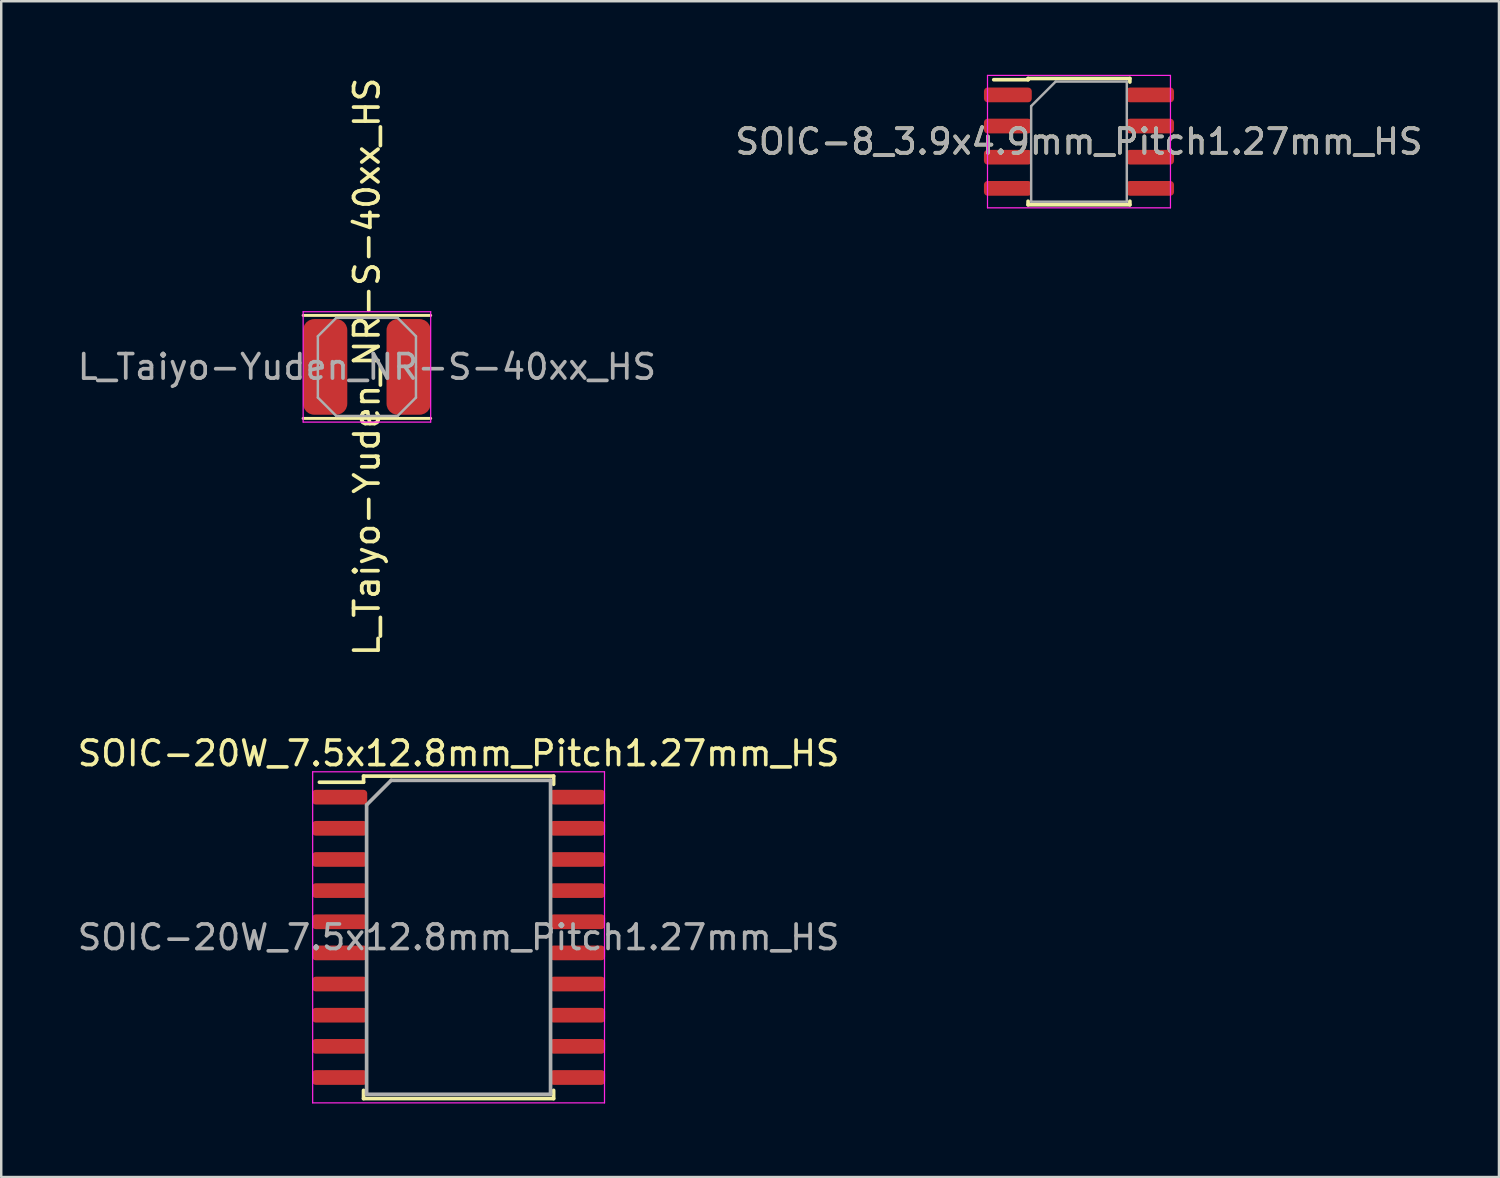
<source format=kicad_pcb>
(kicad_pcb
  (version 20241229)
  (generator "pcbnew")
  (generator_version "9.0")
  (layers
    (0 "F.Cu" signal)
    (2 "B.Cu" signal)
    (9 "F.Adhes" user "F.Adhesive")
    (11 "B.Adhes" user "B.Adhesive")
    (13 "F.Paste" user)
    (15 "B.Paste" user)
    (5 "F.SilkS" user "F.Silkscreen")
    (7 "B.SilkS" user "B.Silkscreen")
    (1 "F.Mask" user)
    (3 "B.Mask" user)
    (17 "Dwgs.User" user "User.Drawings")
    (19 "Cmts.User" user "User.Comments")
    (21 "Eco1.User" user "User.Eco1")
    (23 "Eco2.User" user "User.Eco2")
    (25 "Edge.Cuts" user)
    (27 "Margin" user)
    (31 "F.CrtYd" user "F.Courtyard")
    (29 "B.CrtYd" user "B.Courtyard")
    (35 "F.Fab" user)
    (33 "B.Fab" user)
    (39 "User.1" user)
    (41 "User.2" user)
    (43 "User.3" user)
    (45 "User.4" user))
  (footprint "SOIC-20W_7.5x12.8mm_Pitch1.27mm_HS"
    (layer "F.Cu")
    (at 15.649 35.17)
    (property "Reference" "SOIC-20W_7.5x12.8mm_Pitch1.27mm_HS" (at 0 -7.5 0) (layer "F.SilkS") (effects (font (size 1 1) (thickness 0.15))))
    (attr smd)
    (fp_line (start -3.875 -6.575) (end -3.875 -6.325) (stroke (width 0.15) (type solid)) (layer "F.SilkS"))
    (fp_line (start -3.875 -6.575) (end 3.875 -6.575) (stroke (width 0.15) (type solid)) (layer "F.SilkS"))
    (fp_line (start -3.875 -6.325) (end -5.675 -6.325) (stroke (width 0.15) (type solid)) (layer "F.SilkS"))
    (fp_line (start -3.875 6.575) (end -3.875 6.24) (stroke (width 0.15) (type solid)) (layer "F.SilkS"))
    (fp_line (start -3.875 6.575) (end 3.875 6.575) (stroke (width 0.15) (type solid)) (layer "F.SilkS"))
    (fp_line (start 3.875 -6.575) (end 3.875 -6.24) (stroke (width 0.15) (type solid)) (layer "F.SilkS"))
    (fp_line (start 3.875 6.575) (end 3.875 6.24) (stroke (width 0.15) (type solid)) (layer "F.SilkS"))
    (fp_line (start -5.95 -6.75) (end -5.95 6.75) (stroke (width 0.05) (type solid)) (layer "F.CrtYd"))
    (fp_line (start -5.95 -6.75) (end 5.95 -6.75) (stroke (width 0.05) (type solid)) (layer "F.CrtYd"))
    (fp_line (start -5.95 6.75) (end 5.95 6.75) (stroke (width 0.05) (type solid)) (layer "F.CrtYd"))
    (fp_line (start 5.95 -6.75) (end 5.95 6.75) (stroke (width 0.05) (type solid)) (layer "F.CrtYd"))
    (fp_line (start -3.75 -5.4) (end -2.75 -6.4) (stroke (width 0.15) (type solid)) (layer "F.Fab"))
    (fp_line (start -3.75 6.4) (end -3.75 -5.4) (stroke (width 0.15) (type solid)) (layer "F.Fab"))
    (fp_line (start -2.75 -6.4) (end 3.75 -6.4) (stroke (width 0.15) (type solid)) (layer "F.Fab"))
    (fp_line (start 3.75 -6.4) (end 3.75 6.4) (stroke (width 0.15) (type solid)) (layer "F.Fab"))
    (fp_line (start 3.75 6.4) (end -3.75 6.4) (stroke (width 0.15) (type solid)) (layer "F.Fab"))
    (fp_text user "${REFERENCE}" (at 0 0 0) (layer "F.Fab") (effects (font (size 1 1) (thickness 0.15))))
    (pad "1" smd roundrect (at -4.85 -5.715) (size 2.25 0.6) (layers "F.Cu" "F.Mask" "F.Paste") (roundrect_rratio 0.25))
    (pad "2" smd roundrect (at -4.85 -4.445) (size 2.25 0.6) (layers "F.Cu" "F.Mask" "F.Paste") (roundrect_rratio 0.25))
    (pad "3" smd roundrect (at -4.85 -3.175) (size 2.25 0.6) (layers "F.Cu" "F.Mask" "F.Paste") (roundrect_rratio 0.25))
    (pad "4" smd roundrect (at -4.85 -1.905) (size 2.25 0.6) (layers "F.Cu" "F.Mask" "F.Paste") (roundrect_rratio 0.25))
    (pad "5" smd roundrect (at -4.85 -0.635) (size 2.25 0.6) (layers "F.Cu" "F.Mask" "F.Paste") (roundrect_rratio 0.25))
    (pad "6" smd roundrect (at -4.85 0.635) (size 2.25 0.6) (layers "F.Cu" "F.Mask" "F.Paste") (roundrect_rratio 0.25))
    (pad "7" smd roundrect (at -4.85 1.905) (size 2.25 0.6) (layers "F.Cu" "F.Mask" "F.Paste") (roundrect_rratio 0.25))
    (pad "8" smd roundrect (at -4.85 3.175) (size 2.25 0.6) (layers "F.Cu" "F.Mask" "F.Paste") (roundrect_rratio 0.25))
    (pad "9" smd roundrect (at -4.85 4.445) (size 2.25 0.6) (layers "F.Cu" "F.Mask" "F.Paste") (roundrect_rratio 0.25))
    (pad "10" smd roundrect (at -4.85 5.715) (size 2.25 0.6) (layers "F.Cu" "F.Mask" "F.Paste") (roundrect_rratio 0.25))
    (pad "11" smd roundrect (at 4.85 5.715) (size 2.25 0.6) (layers "F.Cu" "F.Mask" "F.Paste") (roundrect_rratio 0.25))
    (pad "12" smd roundrect (at 4.85 4.445) (size 2.25 0.6) (layers "F.Cu" "F.Mask" "F.Paste") (roundrect_rratio 0.25))
    (pad "13" smd roundrect (at 4.85 3.175) (size 2.25 0.6) (layers "F.Cu" "F.Mask" "F.Paste") (roundrect_rratio 0.25))
    (pad "14" smd roundrect (at 4.85 1.905) (size 2.25 0.6) (layers "F.Cu" "F.Mask" "F.Paste") (roundrect_rratio 0.25))
    (pad "15" smd roundrect (at 4.85 0.635) (size 2.25 0.6) (layers "F.Cu" "F.Mask" "F.Paste") (roundrect_rratio 0.25))
    (pad "16" smd roundrect (at 4.85 -0.635) (size 2.25 0.6) (layers "F.Cu" "F.Mask" "F.Paste") (roundrect_rratio 0.25))
    (pad "17" smd roundrect (at 4.85 -1.905) (size 2.25 0.6) (layers "F.Cu" "F.Mask" "F.Paste") (roundrect_rratio 0.25))
    (pad "18" smd roundrect (at 4.85 -3.175) (size 2.25 0.6) (layers "F.Cu" "F.Mask" "F.Paste") (roundrect_rratio 0.25))
    (pad "19" smd roundrect (at 4.85 -4.445) (size 2.25 0.6) (layers "F.Cu" "F.Mask" "F.Paste") (roundrect_rratio 0.25))
    (pad "20" smd roundrect (at 4.85 -5.715) (size 2.25 0.6) (layers "F.Cu" "F.Mask" "F.Paste") (roundrect_rratio 0.25)))
  (footprint "SOIC-8_3.9x4.9mm_Pitch1.27mm_HS"
    (layer "F.Cu")
    (at 40.946 2.725)
    (property "Reference" "SOIC-8_3.9x4.9mm_Pitch1.27mm_HS" (at 0 0 180) (layer "F.SilkS") (effects (font (size 1 1) (thickness 0.15))))
    (attr smd)
    (fp_line (start -2.075 -2.575) (end -2.075 -2.525) (stroke (width 0.15) (type solid)) (layer "F.SilkS"))
    (fp_line (start -2.075 -2.575) (end 2.075 -2.575) (stroke (width 0.15) (type solid)) (layer "F.SilkS"))
    (fp_line (start -2.075 -2.525) (end -3.475 -2.525) (stroke (width 0.15) (type solid)) (layer "F.SilkS"))
    (fp_line (start -2.075 2.575) (end -2.075 2.43) (stroke (width 0.15) (type solid)) (layer "F.SilkS"))
    (fp_line (start -2.075 2.575) (end 2.075 2.575) (stroke (width 0.15) (type solid)) (layer "F.SilkS"))
    (fp_line (start 2.075 -2.575) (end 2.075 -2.43) (stroke (width 0.15) (type solid)) (layer "F.SilkS"))
    (fp_line (start 2.075 2.575) (end 2.075 2.43) (stroke (width 0.15) (type solid)) (layer "F.SilkS"))
    (fp_line (start -3.73 -2.7) (end -3.73 2.7) (stroke (width 0.05) (type solid)) (layer "F.CrtYd"))
    (fp_line (start -3.73 -2.7) (end 3.73 -2.7) (stroke (width 0.05) (type solid)) (layer "F.CrtYd"))
    (fp_line (start -3.73 2.7) (end 3.73 2.7) (stroke (width 0.05) (type solid)) (layer "F.CrtYd"))
    (fp_line (start 3.73 -2.7) (end 3.73 2.7) (stroke (width 0.05) (type solid)) (layer "F.CrtYd"))
    (fp_line (start -1.95 -1.45) (end -0.95 -2.45) (stroke (width 0.1) (type solid)) (layer "F.Fab"))
    (fp_line (start -1.95 2.45) (end -1.95 -1.45) (stroke (width 0.1) (type solid)) (layer "F.Fab"))
    (fp_line (start -0.95 -2.45) (end 1.95 -2.45) (stroke (width 0.1) (type solid)) (layer "F.Fab"))
    (fp_line (start 1.95 -2.45) (end 1.95 2.45) (stroke (width 0.1) (type solid)) (layer "F.Fab"))
    (fp_line (start 1.95 2.45) (end -1.95 2.45) (stroke (width 0.1) (type solid)) (layer "F.Fab"))
    (fp_text user "${REFERENCE}" (at 0 0 0) (layer "F.Fab") (effects (font (size 1 1) (thickness 0.15))))
    (pad "1" smd roundrect (at -2.9 -1.905) (size 1.95 0.6) (layers "F.Cu" "F.Mask" "F.Paste") (roundrect_rratio 0.25))
    (pad "2" smd roundrect (at -2.9 -0.635) (size 1.95 0.6) (layers "F.Cu" "F.Mask" "F.Paste") (roundrect_rratio 0.25))
    (pad "3" smd roundrect (at -2.9 0.635) (size 1.95 0.6) (layers "F.Cu" "F.Mask" "F.Paste") (roundrect_rratio 0.25))
    (pad "4" smd roundrect (at -2.9 1.905) (size 1.95 0.6) (layers "F.Cu" "F.Mask" "F.Paste") (roundrect_rratio 0.25))
    (pad "5" smd roundrect (at 2.9 1.905) (size 1.95 0.6) (layers "F.Cu" "F.Mask" "F.Paste") (roundrect_rratio 0.25))
    (pad "6" smd roundrect (at 2.9 0.635) (size 1.95 0.6) (layers "F.Cu" "F.Mask" "F.Paste") (roundrect_rratio 0.25))
    (pad "7" smd roundrect (at 2.9 -0.635) (size 1.95 0.6) (layers "F.Cu" "F.Mask" "F.Paste") (roundrect_rratio 0.25))
    (pad "8" smd roundrect (at 2.9 -1.905) (size 1.95 0.6) (layers "F.Cu" "F.Mask" "F.Paste") (roundrect_rratio 0.25)))
  (footprint "L_Taiyo-Yuden_NR-S-40xx_HS"
    (layer "F.Cu")
    (at 11.911 11.911)
    (property "Reference" "L_Taiyo-Yuden_NR-S-40xx_HS" (at 0 0 90) (layer "F.SilkS") (effects (font (size 1 1) (thickness 0.15))))
    (attr smd)
    (fp_line (start -2.6 -2.1) (end 2.6 -2.1) (stroke (width 0.12) (type solid)) (layer "F.SilkS"))
    (fp_line (start -2.6 2.1) (end 2.6 2.1) (stroke (width 0.12) (type solid)) (layer "F.SilkS"))
    (fp_line (start -2.6 -2.25) (end -2.6 2.25) (stroke (width 0.05) (type solid)) (layer "F.CrtYd"))
    (fp_line (start -2.6 2.25) (end 2.6 2.25) (stroke (width 0.05) (type solid)) (layer "F.CrtYd"))
    (fp_line (start 2.6 -2.25) (end -2.6 -2.25) (stroke (width 0.05) (type solid)) (layer "F.CrtYd"))
    (fp_line (start 2.6 2.25) (end 2.6 -2.25) (stroke (width 0.05) (type solid)) (layer "F.CrtYd"))
    (fp_line (start -2 -1.25) (end -1.25 -2) (stroke (width 0.1) (type solid)) (layer "F.Fab"))
    (fp_line (start -2 0) (end -2 -1.25) (stroke (width 0.1) (type solid)) (layer "F.Fab"))
    (fp_line (start -2 0) (end -2 1.25) (stroke (width 0.1) (type solid)) (layer "F.Fab"))
    (fp_line (start -2 1.25) (end -1.25 2) (stroke (width 0.1) (type solid)) (layer "F.Fab"))
    (fp_line (start -1.25 -2) (end 0 -2) (stroke (width 0.1) (type solid)) (layer "F.Fab"))
    (fp_line (start -1.25 2) (end 0 2) (stroke (width 0.1) (type solid)) (layer "F.Fab"))
    (fp_line (start 1.25 -2) (end 0 -2) (stroke (width 0.1) (type solid)) (layer "F.Fab"))
    (fp_line (start 1.25 2) (end 0 2) (stroke (width 0.1) (type solid)) (layer "F.Fab"))
    (fp_line (start 2 -1.25) (end 1.25 -2) (stroke (width 0.1) (type solid)) (layer "F.Fab"))
    (fp_line (start 2 0) (end 2 -1.25) (stroke (width 0.1) (type solid)) (layer "F.Fab"))
    (fp_line (start 2 0) (end 2 1.25) (stroke (width 0.1) (type solid)) (layer "F.Fab"))
    (fp_line (start 2 1.25) (end 1.25 2) (stroke (width 0.1) (type solid)) (layer "F.Fab"))
    (fp_text user "${REFERENCE}" (at 0 0 0) (layer "F.Fab") (effects (font (size 1 1) (thickness 0.15))))
    (pad "1" smd roundrect (at -1.7 0) (size 1.8 3.9) (layers "F.Cu" "F.Mask" "F.Paste") (roundrect_rratio 0.25))
    (pad "2" smd roundrect (at 1.7 0) (size 1.8 3.9) (layers "F.Cu" "F.Mask" "F.Paste") (roundrect_rratio 0.25)))
  (gr_rect
    (start -3 -3)
    (end 58.071 44.945)
    (stroke (width 0.1) (type default))
    (fill no)
    (layer "Edge.Cuts")))
</source>
